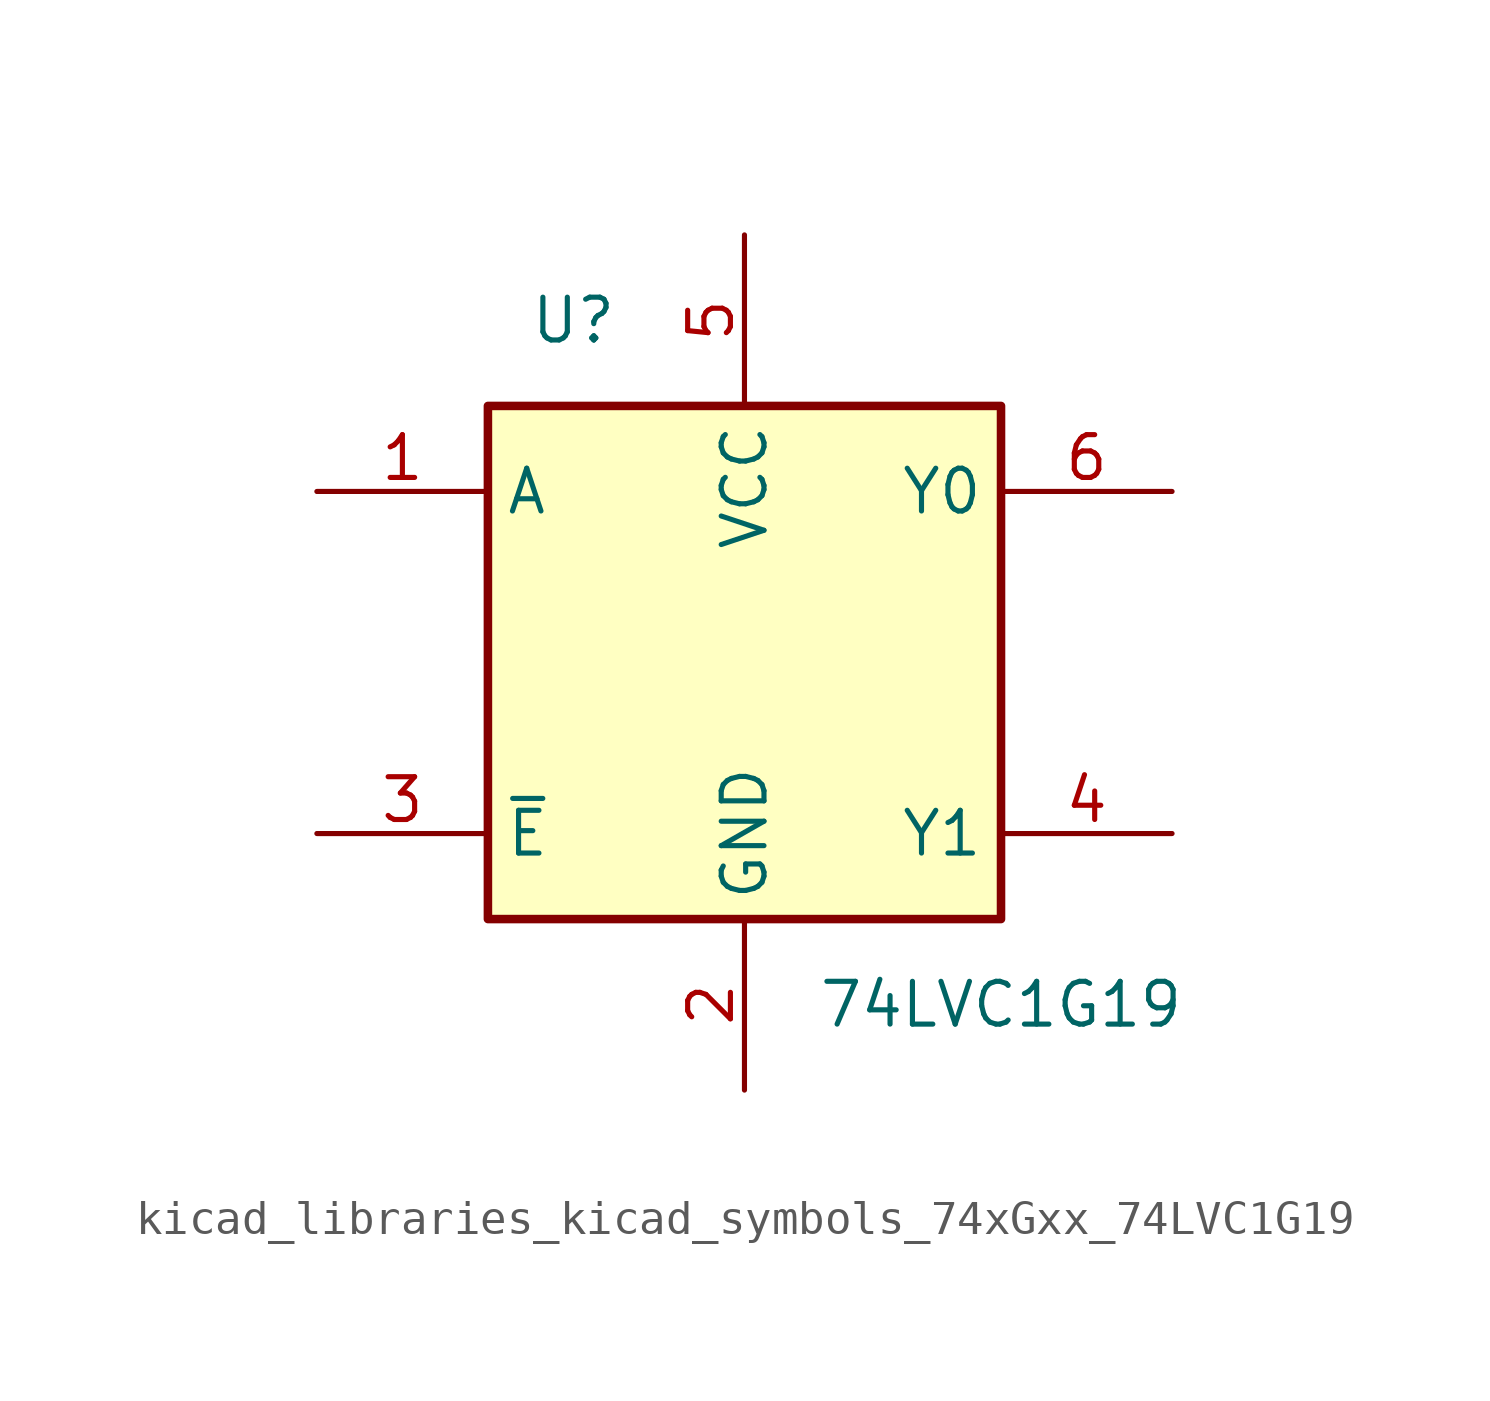
<source format=kicad_sym>
(kicad_symbol_lib
  (version 20220914)
  (generator kicad_symbol_editor)
  (symbol "kicad_libraries_kicad_symbols_74xGxx_74LVC1G19"
    (property "Reference" "U"
      (at -5.08 10.16 0)
      (effects (font (size 1.27 1.27))))
    (property "Value" "74LVC1G19"
      (at 7.62 -10.16 0)
      (effects (font (size 1.27 1.27))))
    (symbol "kicad_libraries_kicad_symbols_74xGxx_74LVC1G19_0_1"
      (rectangle (start -7.62 7.62) (end 7.62 -7.62) (stroke (width 0.254) (type default)) (fill (type background))))
    (symbol "kicad_libraries_kicad_symbols_74xGxx_74LVC1G19_1_1"
      (pin input line (at -12.7 5.08 0) (length 5.08) (name "A" (effects (font (size 1.27 1.27)))) (number "1" (effects (font (size 1.27 1.27)))))
      (pin power_in line (at 0 -12.7 90) (length 5.08) (name "GND" (effects (font (size 1.27 1.27)))) (number "2" (effects (font (size 1.27 1.27)))))
      (pin input line (at -12.7 -5.08 0) (length 5.08) (name "~{E}" (effects (font (size 1.27 1.27)))) (number "3" (effects (font (size 1.27 1.27)))))
      (pin output line (at 12.7 -5.08 180) (length 5.08) (name "Y1" (effects (font (size 1.27 1.27)))) (number "4" (effects (font (size 1.27 1.27)))))
      (pin power_in line (at 0 12.7 270) (length 5.08) (name "VCC" (effects (font (size 1.27 1.27)))) (number "5" (effects (font (size 1.27 1.27)))))
      (pin output line (at 12.7 5.08 180) (length 5.08) (name "Y0" (effects (font (size 1.27 1.27)))) (number "6" (effects (font (size 1.27 1.27))))))))
</source>
